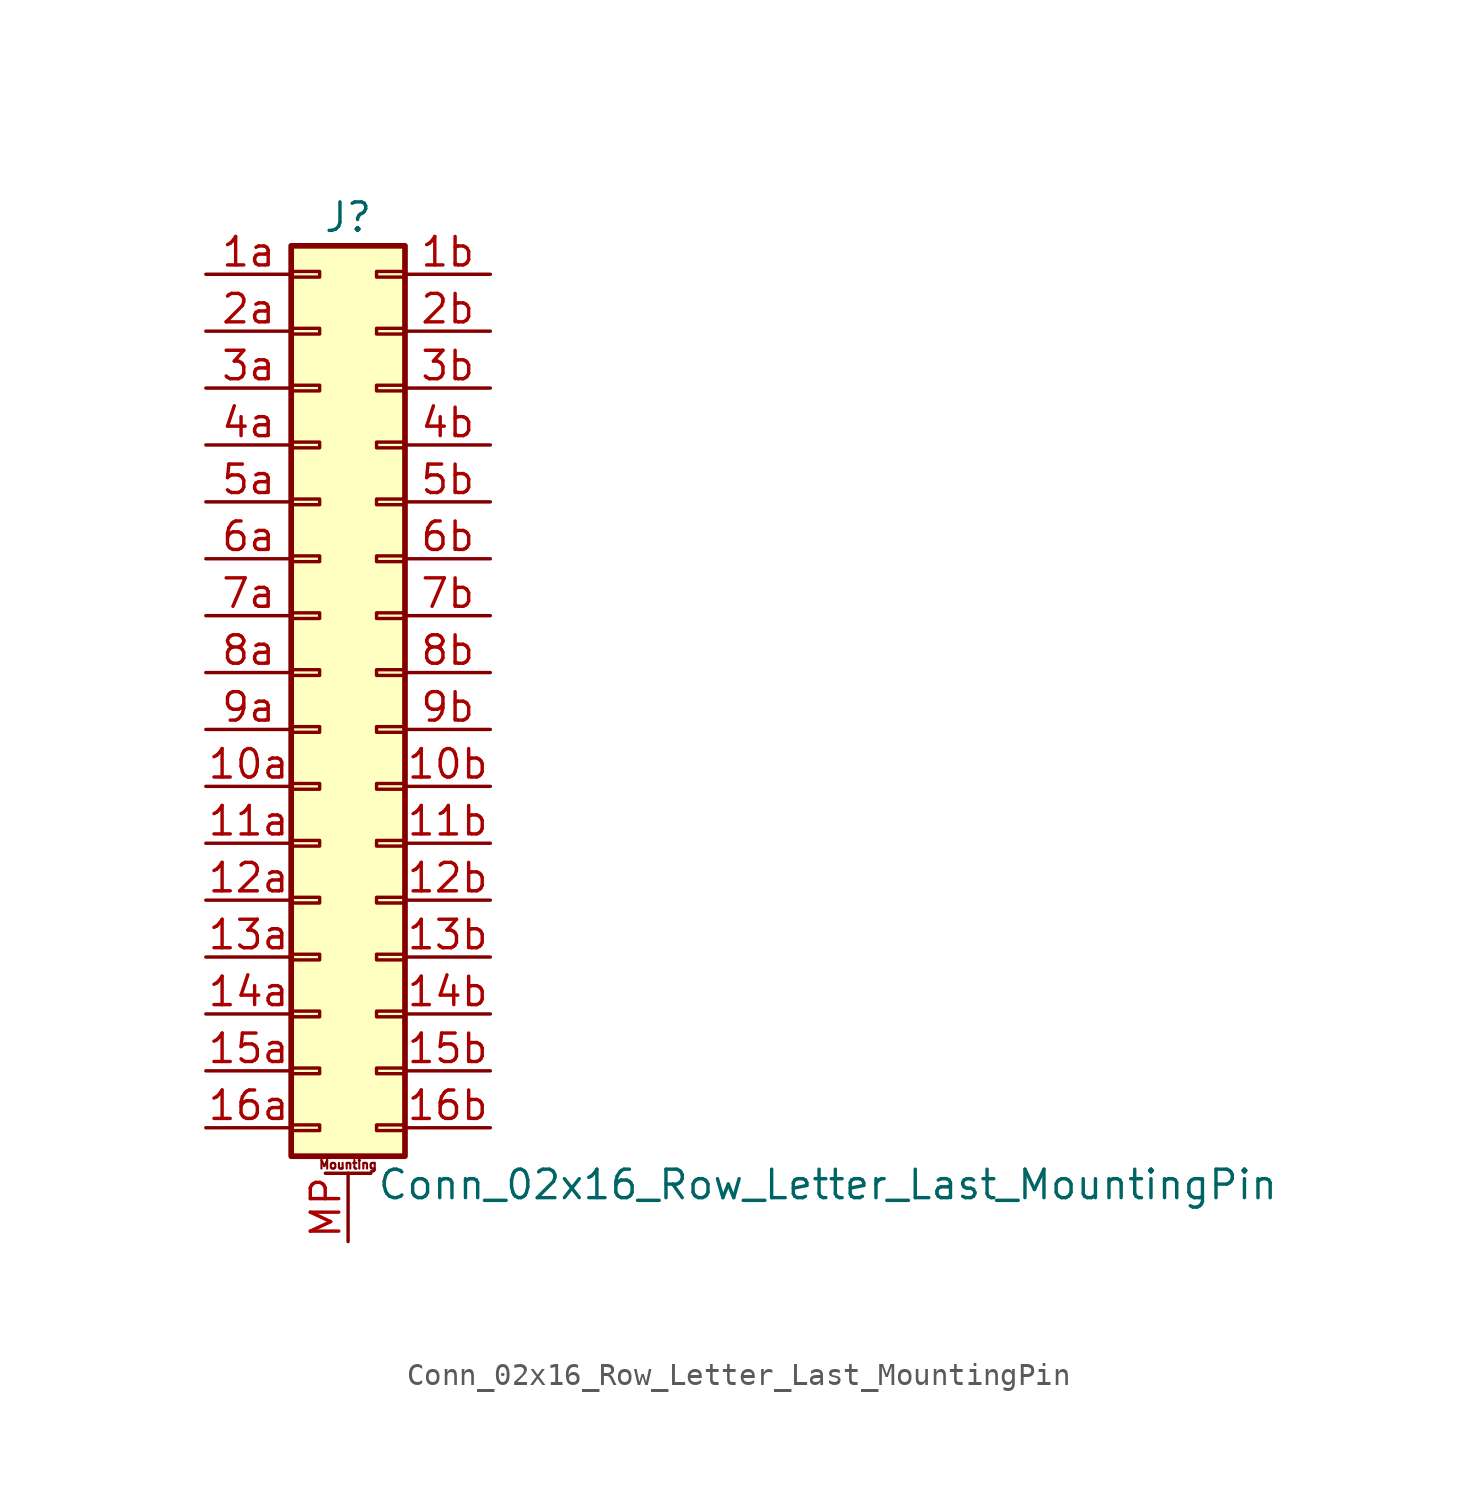
<source format=kicad_sym>
(kicad_symbol_lib
  (version 20211014)
  (generator kicad_symbol_editor)
  (symbol "Conn_02x16_Row_Letter_Last_MountingPin"
    (pin_names
      (offset 1.016) hide)
    (property "Reference" "J"
      (at 1.27 20.32 0)
      (effects (font (size 1.27 1.27))))
    (property "Value" "Conn_02x16_Row_Letter_Last_MountingPin"
      (at 2.54 -22.86 0)
      (effects (font (size 1.27 1.27)) (justify left)))
    (symbol "Conn_02x16_Row_Letter_Last_MountingPin_1_1"
      (rectangle (start -1.27 -20.193) (end 0 -20.447) (stroke (width 0.152) (type default) (color 0 0 0 0)) (fill (type none)))
      (rectangle (start -1.27 -17.653) (end 0 -17.907) (stroke (width 0.152) (type default) (color 0 0 0 0)) (fill (type none)))
      (rectangle (start -1.27 -15.113) (end 0 -15.367) (stroke (width 0.152) (type default) (color 0 0 0 0)) (fill (type none)))
      (rectangle (start -1.27 -12.573) (end 0 -12.827) (stroke (width 0.152) (type default) (color 0 0 0 0)) (fill (type none)))
      (rectangle (start -1.27 -10.033) (end 0 -10.287) (stroke (width 0.152) (type default) (color 0 0 0 0)) (fill (type none)))
      (rectangle (start -1.27 -7.493) (end 0 -7.747) (stroke (width 0.152) (type default) (color 0 0 0 0)) (fill (type none)))
      (rectangle (start -1.27 -4.953) (end 0 -5.207) (stroke (width 0.152) (type default) (color 0 0 0 0)) (fill (type none)))
      (rectangle (start -1.27 -2.413) (end 0 -2.667) (stroke (width 0.152) (type default) (color 0 0 0 0)) (fill (type none)))
      (rectangle (start -1.27 0.127) (end 0 -0.127) (stroke (width 0.152) (type default) (color 0 0 0 0)) (fill (type none)))
      (rectangle (start -1.27 2.667) (end 0 2.413) (stroke (width 0.152) (type default) (color 0 0 0 0)) (fill (type none)))
      (rectangle (start -1.27 5.207) (end 0 4.953) (stroke (width 0.152) (type default) (color 0 0 0 0)) (fill (type none)))
      (rectangle (start -1.27 7.747) (end 0 7.493) (stroke (width 0.152) (type default) (color 0 0 0 0)) (fill (type none)))
      (rectangle (start -1.27 10.287) (end 0 10.033) (stroke (width 0.152) (type default) (color 0 0 0 0)) (fill (type none)))
      (rectangle (start -1.27 12.827) (end 0 12.573) (stroke (width 0.152) (type default) (color 0 0 0 0)) (fill (type none)))
      (rectangle (start -1.27 15.367) (end 0 15.113) (stroke (width 0.152) (type default) (color 0 0 0 0)) (fill (type none)))
      (rectangle (start -1.27 17.907) (end 0 17.653) (stroke (width 0.152) (type default) (color 0 0 0 0)) (fill (type none)))
      (rectangle (start -1.27 19.05) (end 3.81 -21.59) (stroke (width 0.254) (type default) (color 0 0 0 0)) (fill (type background)))
      (polyline (pts (xy 0.254 -22.352) (xy 2.286 -22.352)) (stroke (width 0.152) (type default) (color 0 0 0 0)) (fill (type none)))
      (rectangle (start 3.81 -20.193) (end 2.54 -20.447) (stroke (width 0.152) (type default) (color 0 0 0 0)) (fill (type none)))
      (rectangle (start 3.81 -17.653) (end 2.54 -17.907) (stroke (width 0.152) (type default) (color 0 0 0 0)) (fill (type none)))
      (rectangle (start 3.81 -15.113) (end 2.54 -15.367) (stroke (width 0.152) (type default) (color 0 0 0 0)) (fill (type none)))
      (rectangle (start 3.81 -12.573) (end 2.54 -12.827) (stroke (width 0.152) (type default) (color 0 0 0 0)) (fill (type none)))
      (rectangle (start 3.81 -10.033) (end 2.54 -10.287) (stroke (width 0.152) (type default) (color 0 0 0 0)) (fill (type none)))
      (rectangle (start 3.81 -7.493) (end 2.54 -7.747) (stroke (width 0.152) (type default) (color 0 0 0 0)) (fill (type none)))
      (rectangle (start 3.81 -4.953) (end 2.54 -5.207) (stroke (width 0.152) (type default) (color 0 0 0 0)) (fill (type none)))
      (rectangle (start 3.81 -2.413) (end 2.54 -2.667) (stroke (width 0.152) (type default) (color 0 0 0 0)) (fill (type none)))
      (rectangle (start 3.81 0.127) (end 2.54 -0.127) (stroke (width 0.152) (type default) (color 0 0 0 0)) (fill (type none)))
      (rectangle (start 3.81 2.667) (end 2.54 2.413) (stroke (width 0.152) (type default) (color 0 0 0 0)) (fill (type none)))
      (rectangle (start 3.81 5.207) (end 2.54 4.953) (stroke (width 0.152) (type default) (color 0 0 0 0)) (fill (type none)))
      (rectangle (start 3.81 7.747) (end 2.54 7.493) (stroke (width 0.152) (type default) (color 0 0 0 0)) (fill (type none)))
      (rectangle (start 3.81 10.287) (end 2.54 10.033) (stroke (width 0.152) (type default) (color 0 0 0 0)) (fill (type none)))
      (rectangle (start 3.81 12.827) (end 2.54 12.573) (stroke (width 0.152) (type default) (color 0 0 0 0)) (fill (type none)))
      (rectangle (start 3.81 15.367) (end 2.54 15.113) (stroke (width 0.152) (type default) (color 0 0 0 0)) (fill (type none)))
      (rectangle (start 3.81 17.907) (end 2.54 17.653) (stroke (width 0.152) (type default) (color 0 0 0 0)) (fill (type none)))
      (text "Mounting" (at 1.27 -21.971 0) (effects (font (size 0.381 0.381))))
      (pin passive line (at -5.08 -5.08 0) (length 3.81) (name "Pin_10a" (effects (font (size 1.27 1.27)))) (number "10a" (effects (font (size 1.27 1.27)))))
      (pin passive line (at 7.62 -5.08 180) (length 3.81) (name "Pin_10b" (effects (font (size 1.27 1.27)))) (number "10b" (effects (font (size 1.27 1.27)))))
      (pin passive line (at -5.08 -7.62 0) (length 3.81) (name "Pin_11a" (effects (font (size 1.27 1.27)))) (number "11a" (effects (font (size 1.27 1.27)))))
      (pin passive line (at 7.62 -7.62 180) (length 3.81) (name "Pin_11b" (effects (font (size 1.27 1.27)))) (number "11b" (effects (font (size 1.27 1.27)))))
      (pin passive line (at -5.08 -10.16 0) (length 3.81) (name "Pin_12a" (effects (font (size 1.27 1.27)))) (number "12a" (effects (font (size 1.27 1.27)))))
      (pin passive line (at 7.62 -10.16 180) (length 3.81) (name "Pin_12b" (effects (font (size 1.27 1.27)))) (number "12b" (effects (font (size 1.27 1.27)))))
      (pin passive line (at -5.08 -12.7 0) (length 3.81) (name "Pin_13a" (effects (font (size 1.27 1.27)))) (number "13a" (effects (font (size 1.27 1.27)))))
      (pin passive line (at 7.62 -12.7 180) (length 3.81) (name "Pin_13b" (effects (font (size 1.27 1.27)))) (number "13b" (effects (font (size 1.27 1.27)))))
      (pin passive line (at -5.08 -15.24 0) (length 3.81) (name "Pin_14a" (effects (font (size 1.27 1.27)))) (number "14a" (effects (font (size 1.27 1.27)))))
      (pin passive line (at 7.62 -15.24 180) (length 3.81) (name "Pin_14b" (effects (font (size 1.27 1.27)))) (number "14b" (effects (font (size 1.27 1.27)))))
      (pin passive line (at -5.08 -17.78 0) (length 3.81) (name "Pin_15a" (effects (font (size 1.27 1.27)))) (number "15a" (effects (font (size 1.27 1.27)))))
      (pin passive line (at 7.62 -17.78 180) (length 3.81) (name "Pin_15b" (effects (font (size 1.27 1.27)))) (number "15b" (effects (font (size 1.27 1.27)))))
      (pin passive line (at -5.08 -20.32 0) (length 3.81) (name "Pin_16a" (effects (font (size 1.27 1.27)))) (number "16a" (effects (font (size 1.27 1.27)))))
      (pin passive line (at 7.62 -20.32 180) (length 3.81) (name "Pin_16b" (effects (font (size 1.27 1.27)))) (number "16b" (effects (font (size 1.27 1.27)))))
      (pin passive line (at -5.08 17.78 0) (length 3.81) (name "Pin_1a" (effects (font (size 1.27 1.27)))) (number "1a" (effects (font (size 1.27 1.27)))))
      (pin passive line (at 7.62 17.78 180) (length 3.81) (name "Pin_1b" (effects (font (size 1.27 1.27)))) (number "1b" (effects (font (size 1.27 1.27)))))
      (pin passive line (at -5.08 15.24 0) (length 3.81) (name "Pin_2a" (effects (font (size 1.27 1.27)))) (number "2a" (effects (font (size 1.27 1.27)))))
      (pin passive line (at 7.62 15.24 180) (length 3.81) (name "Pin_2b" (effects (font (size 1.27 1.27)))) (number "2b" (effects (font (size 1.27 1.27)))))
      (pin passive line (at -5.08 12.7 0) (length 3.81) (name "Pin_3a" (effects (font (size 1.27 1.27)))) (number "3a" (effects (font (size 1.27 1.27)))))
      (pin passive line (at 7.62 12.7 180) (length 3.81) (name "Pin_3b" (effects (font (size 1.27 1.27)))) (number "3b" (effects (font (size 1.27 1.27)))))
      (pin passive line (at -5.08 10.16 0) (length 3.81) (name "Pin_4a" (effects (font (size 1.27 1.27)))) (number "4a" (effects (font (size 1.27 1.27)))))
      (pin passive line (at 7.62 10.16 180) (length 3.81) (name "Pin_4b" (effects (font (size 1.27 1.27)))) (number "4b" (effects (font (size 1.27 1.27)))))
      (pin passive line (at -5.08 7.62 0) (length 3.81) (name "Pin_5a" (effects (font (size 1.27 1.27)))) (number "5a" (effects (font (size 1.27 1.27)))))
      (pin passive line (at 7.62 7.62 180) (length 3.81) (name "Pin_5b" (effects (font (size 1.27 1.27)))) (number "5b" (effects (font (size 1.27 1.27)))))
      (pin passive line (at -5.08 5.08 0) (length 3.81) (name "Pin_6a" (effects (font (size 1.27 1.27)))) (number "6a" (effects (font (size 1.27 1.27)))))
      (pin passive line (at 7.62 5.08 180) (length 3.81) (name "Pin_6b" (effects (font (size 1.27 1.27)))) (number "6b" (effects (font (size 1.27 1.27)))))
      (pin passive line (at -5.08 2.54 0) (length 3.81) (name "Pin_7a" (effects (font (size 1.27 1.27)))) (number "7a" (effects (font (size 1.27 1.27)))))
      (pin passive line (at 7.62 2.54 180) (length 3.81) (name "Pin_7b" (effects (font (size 1.27 1.27)))) (number "7b" (effects (font (size 1.27 1.27)))))
      (pin passive line (at -5.08 0 0) (length 3.81) (name "Pin_8a" (effects (font (size 1.27 1.27)))) (number "8a" (effects (font (size 1.27 1.27)))))
      (pin passive line (at 7.62 0 180) (length 3.81) (name "Pin_8b" (effects (font (size 1.27 1.27)))) (number "8b" (effects (font (size 1.27 1.27)))))
      (pin passive line (at -5.08 -2.54 0) (length 3.81) (name "Pin_9a" (effects (font (size 1.27 1.27)))) (number "9a" (effects (font (size 1.27 1.27)))))
      (pin passive line (at 7.62 -2.54 180) (length 3.81) (name "Pin_9b" (effects (font (size 1.27 1.27)))) (number "9b" (effects (font (size 1.27 1.27)))))
      (pin passive line (at 1.27 -25.4 90) (length 3.048) (name "MountPin" (effects (font (size 1.27 1.27)))) (number "MP" (effects (font (size 1.27 1.27))))))))
</source>
